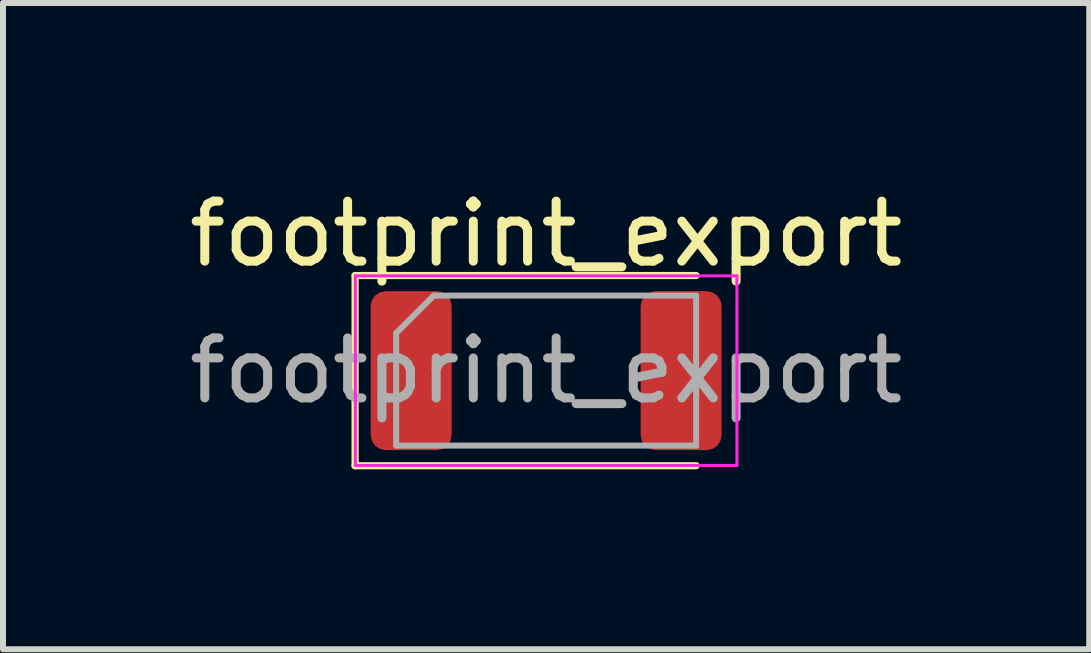
<source format=kicad_pcb>
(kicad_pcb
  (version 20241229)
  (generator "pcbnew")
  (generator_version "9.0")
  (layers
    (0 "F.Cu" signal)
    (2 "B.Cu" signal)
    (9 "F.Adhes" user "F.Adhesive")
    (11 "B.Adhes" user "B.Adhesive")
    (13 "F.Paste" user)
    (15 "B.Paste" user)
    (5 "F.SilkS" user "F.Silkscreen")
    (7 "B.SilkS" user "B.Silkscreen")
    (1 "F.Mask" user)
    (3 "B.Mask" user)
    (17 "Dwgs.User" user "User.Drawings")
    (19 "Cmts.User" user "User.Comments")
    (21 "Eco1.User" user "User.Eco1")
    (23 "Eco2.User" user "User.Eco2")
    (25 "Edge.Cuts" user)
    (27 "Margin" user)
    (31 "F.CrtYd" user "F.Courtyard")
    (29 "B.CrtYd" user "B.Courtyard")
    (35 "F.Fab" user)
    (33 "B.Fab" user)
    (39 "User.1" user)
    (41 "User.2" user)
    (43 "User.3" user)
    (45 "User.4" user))
  (footprint "footprint_export"
    (layer "F.Cu")
    (at 6.054 3.128)
    (property "Reference" "footprint_export" (at 0 -2.28 0) (layer "F.SilkS") (effects (font (size 1 1) (thickness 0.15))))
    (attr smd)
    (fp_line (start -3.185 -1.585) (end -3.185 1.585) (stroke (width 0.12) (type solid)) (layer "F.SilkS"))
    (fp_line (start -3.185 1.585) (end 2.5 1.585) (stroke (width 0.12) (type solid)) (layer "F.SilkS"))
    (fp_line (start 2.5 -1.585) (end -3.185 -1.585) (stroke (width 0.12) (type solid)) (layer "F.SilkS"))
    (fp_line (start -3.18 -1.58) (end 3.18 -1.58) (stroke (width 0.05) (type solid)) (layer "F.CrtYd"))
    (fp_line (start -3.18 1.58) (end -3.18 -1.58) (stroke (width 0.05) (type solid)) (layer "F.CrtYd"))
    (fp_line (start 3.18 -1.58) (end 3.18 1.58) (stroke (width 0.05) (type solid)) (layer "F.CrtYd"))
    (fp_line (start 3.18 1.58) (end -3.18 1.58) (stroke (width 0.05) (type solid)) (layer "F.CrtYd"))
    (fp_line (start -2.5 -0.625) (end -2.5 1.25) (stroke (width 0.1) (type solid)) (layer "F.Fab"))
    (fp_line (start -2.5 1.25) (end 2.5 1.25) (stroke (width 0.1) (type solid)) (layer "F.Fab"))
    (fp_line (start -1.875 -1.25) (end -2.5 -0.625) (stroke (width 0.1) (type solid)) (layer "F.Fab"))
    (fp_line (start 2.5 -1.25) (end -1.875 -1.25) (stroke (width 0.1) (type solid)) (layer "F.Fab"))
    (fp_line (start 2.5 1.25) (end 2.5 -1.25) (stroke (width 0.1) (type solid)) (layer "F.Fab"))
    (fp_text user "${REFERENCE}" (at 0 0 0) (layer "F.Fab") (effects (font (size 1 1) (thickness 0.15))))
    (pad "1" smd roundrect (at -2.25 0) (size 1.35 2.65) (layers "F.Cu" "F.Mask" "F.Paste") (roundrect_rratio 0.185))
    (pad "2" smd roundrect (at 2.25 0) (size 1.35 2.65) (layers "F.Cu" "F.Mask" "F.Paste") (roundrect_rratio 0.185)))
  (gr_rect
    (start -3 -3)
    (end 15.107 7.773)
    (stroke (width 0.1) (type default))
    (fill no)
    (layer "Edge.Cuts")))
</source>
